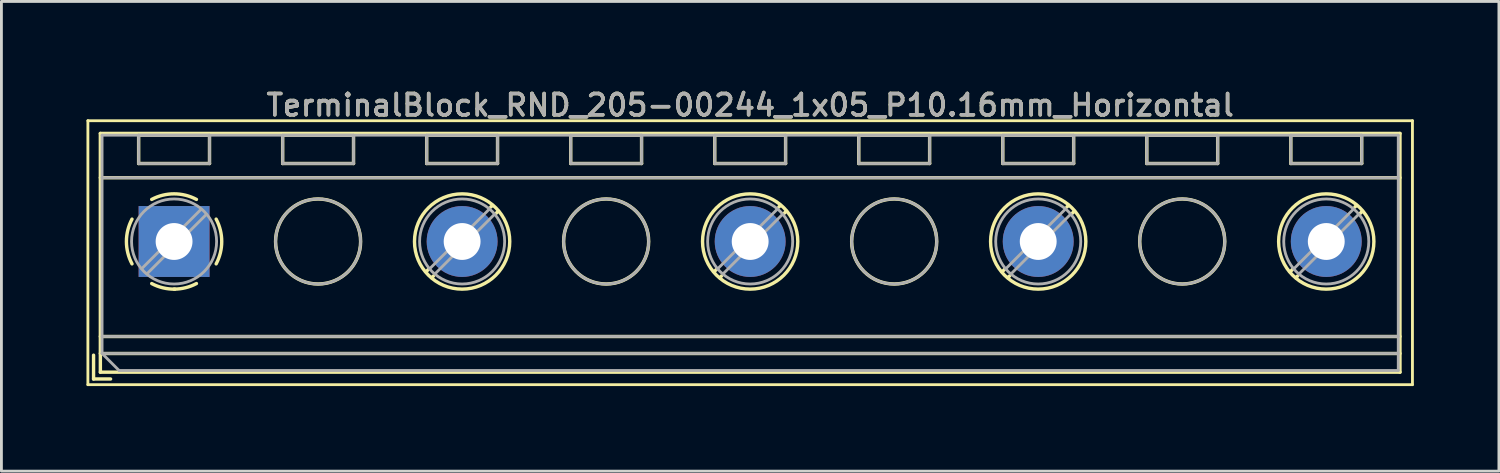
<source format=kicad_pcb>
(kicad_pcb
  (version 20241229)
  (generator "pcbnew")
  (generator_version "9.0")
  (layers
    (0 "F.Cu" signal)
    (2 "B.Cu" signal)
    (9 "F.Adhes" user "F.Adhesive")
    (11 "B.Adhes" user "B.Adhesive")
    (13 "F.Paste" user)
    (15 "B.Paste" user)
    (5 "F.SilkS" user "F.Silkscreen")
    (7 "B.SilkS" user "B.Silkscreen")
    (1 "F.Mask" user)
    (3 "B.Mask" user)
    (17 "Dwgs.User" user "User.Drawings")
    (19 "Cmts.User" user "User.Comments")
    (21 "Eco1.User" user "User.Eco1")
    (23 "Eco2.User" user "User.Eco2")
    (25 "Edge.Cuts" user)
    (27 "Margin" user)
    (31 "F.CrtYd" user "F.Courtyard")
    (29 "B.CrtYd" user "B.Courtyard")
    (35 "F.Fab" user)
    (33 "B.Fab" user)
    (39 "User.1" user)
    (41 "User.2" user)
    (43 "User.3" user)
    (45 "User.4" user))
  (footprint "TerminalBlock_RND_205-00244_1x05_P10.16mm_Horizontal"
    (layer "F.Cu")
    (at 3.09 5.468)
    (property "Reference" "TerminalBlock_RND_205-00244_1x05_P10.16mm_Horizontal" (at 20.32 -4.81 0) (layer "F.SilkS") (effects (font (size 0.75 0.75) (thickness 0.125))))
    (attr through_hole)
    (fp_line (start -3.04 -4.26) (end -3.04 5.05) (stroke (width 0.1) (type solid)) (layer "F.SilkS"))
    (fp_line (start -3.04 5.05) (end 43.68 5.05) (stroke (width 0.1) (type solid)) (layer "F.SilkS"))
    (fp_line (start -2.84 4.01) (end -2.84 4.85) (stroke (width 0.12) (type solid)) (layer "F.SilkS"))
    (fp_line (start -2.84 4.85) (end -2.24 4.85) (stroke (width 0.12) (type solid)) (layer "F.SilkS"))
    (fp_line (start -2.6 -3.811) (end -2.6 4.61) (stroke (width 0.12) (type solid)) (layer "F.SilkS"))
    (fp_line (start -2.6 -3.811) (end 43.24 -3.811) (stroke (width 0.12) (type solid)) (layer "F.SilkS"))
    (fp_line (start -2.6 -2.251) (end 43.24 -2.251) (stroke (width 0.12) (type solid)) (layer "F.SilkS"))
    (fp_line (start -2.6 3.35) (end 43.24 3.35) (stroke (width 0.12) (type solid)) (layer "F.SilkS"))
    (fp_line (start -2.6 3.95) (end 43.24 3.95) (stroke (width 0.12) (type solid)) (layer "F.SilkS"))
    (fp_line (start -2.6 4.61) (end 43.24 4.61) (stroke (width 0.12) (type solid)) (layer "F.SilkS"))
    (fp_line (start -1.25 -3.751) (end -1.25 -2.751) (stroke (width 0.12) (type solid)) (layer "F.SilkS"))
    (fp_line (start -1.25 -3.751) (end 1.25 -3.751) (stroke (width 0.12) (type solid)) (layer "F.SilkS"))
    (fp_line (start -1.25 -2.751) (end 1.25 -2.751) (stroke (width 0.12) (type solid)) (layer "F.SilkS"))
    (fp_line (start 1.25 -3.751) (end 1.25 -2.751) (stroke (width 0.12) (type solid)) (layer "F.SilkS"))
    (fp_line (start 3.83 -3.751) (end 3.83 -2.751) (stroke (width 0.12) (type solid)) (layer "F.SilkS"))
    (fp_line (start 3.83 -3.751) (end 6.33 -3.751) (stroke (width 0.12) (type solid)) (layer "F.SilkS"))
    (fp_line (start 3.83 -2.751) (end 6.33 -2.751) (stroke (width 0.12) (type solid)) (layer "F.SilkS"))
    (fp_line (start 6.33 -3.751) (end 6.33 -2.751) (stroke (width 0.12) (type solid)) (layer "F.SilkS"))
    (fp_line (start 8.91 -3.751) (end 8.91 -2.751) (stroke (width 0.12) (type solid)) (layer "F.SilkS"))
    (fp_line (start 8.91 -3.751) (end 11.41 -3.751) (stroke (width 0.12) (type solid)) (layer "F.SilkS"))
    (fp_line (start 8.91 -2.751) (end 11.41 -2.751) (stroke (width 0.12) (type solid)) (layer "F.SilkS"))
    (fp_line (start 8.98 0.976) (end 8.886 1.069) (stroke (width 0.12) (type solid)) (layer "F.SilkS"))
    (fp_line (start 9.15 1.216) (end 9.091 1.274) (stroke (width 0.12) (type solid)) (layer "F.SilkS"))
    (fp_line (start 11.23 -1.275) (end 11.171 -1.216) (stroke (width 0.12) (type solid)) (layer "F.SilkS"))
    (fp_line (start 11.41 -3.751) (end 11.41 -2.751) (stroke (width 0.12) (type solid)) (layer "F.SilkS"))
    (fp_line (start 11.435 -1.069) (end 11.341 -0.976) (stroke (width 0.12) (type solid)) (layer "F.SilkS"))
    (fp_line (start 13.99 -3.751) (end 13.99 -2.751) (stroke (width 0.12) (type solid)) (layer "F.SilkS"))
    (fp_line (start 13.99 -3.751) (end 16.49 -3.751) (stroke (width 0.12) (type solid)) (layer "F.SilkS"))
    (fp_line (start 13.99 -2.751) (end 16.49 -2.751) (stroke (width 0.12) (type solid)) (layer "F.SilkS"))
    (fp_line (start 16.49 -3.751) (end 16.49 -2.751) (stroke (width 0.12) (type solid)) (layer "F.SilkS"))
    (fp_line (start 19.07 -3.751) (end 19.07 -2.751) (stroke (width 0.12) (type solid)) (layer "F.SilkS"))
    (fp_line (start 19.07 -3.751) (end 21.57 -3.751) (stroke (width 0.12) (type solid)) (layer "F.SilkS"))
    (fp_line (start 19.07 -2.751) (end 21.57 -2.751) (stroke (width 0.12) (type solid)) (layer "F.SilkS"))
    (fp_line (start 19.14 0.976) (end 19.046 1.069) (stroke (width 0.12) (type solid)) (layer "F.SilkS"))
    (fp_line (start 19.31 1.216) (end 19.251 1.274) (stroke (width 0.12) (type solid)) (layer "F.SilkS"))
    (fp_line (start 21.39 -1.275) (end 21.331 -1.216) (stroke (width 0.12) (type solid)) (layer "F.SilkS"))
    (fp_line (start 21.57 -3.751) (end 21.57 -2.751) (stroke (width 0.12) (type solid)) (layer "F.SilkS"))
    (fp_line (start 21.595 -1.069) (end 21.501 -0.976) (stroke (width 0.12) (type solid)) (layer "F.SilkS"))
    (fp_line (start 24.15 -3.751) (end 24.15 -2.751) (stroke (width 0.12) (type solid)) (layer "F.SilkS"))
    (fp_line (start 24.15 -3.751) (end 26.65 -3.751) (stroke (width 0.12) (type solid)) (layer "F.SilkS"))
    (fp_line (start 24.15 -2.751) (end 26.65 -2.751) (stroke (width 0.12) (type solid)) (layer "F.SilkS"))
    (fp_line (start 26.65 -3.751) (end 26.65 -2.751) (stroke (width 0.12) (type solid)) (layer "F.SilkS"))
    (fp_line (start 29.23 -3.751) (end 29.23 -2.751) (stroke (width 0.12) (type solid)) (layer "F.SilkS"))
    (fp_line (start 29.23 -3.751) (end 31.73 -3.751) (stroke (width 0.12) (type solid)) (layer "F.SilkS"))
    (fp_line (start 29.23 -2.751) (end 31.73 -2.751) (stroke (width 0.12) (type solid)) (layer "F.SilkS"))
    (fp_line (start 29.3 0.976) (end 29.206 1.069) (stroke (width 0.12) (type solid)) (layer "F.SilkS"))
    (fp_line (start 29.47 1.216) (end 29.411 1.274) (stroke (width 0.12) (type solid)) (layer "F.SilkS"))
    (fp_line (start 31.55 -1.275) (end 31.491 -1.216) (stroke (width 0.12) (type solid)) (layer "F.SilkS"))
    (fp_line (start 31.73 -3.751) (end 31.73 -2.751) (stroke (width 0.12) (type solid)) (layer "F.SilkS"))
    (fp_line (start 31.755 -1.069) (end 31.661 -0.976) (stroke (width 0.12) (type solid)) (layer "F.SilkS"))
    (fp_line (start 34.31 -3.751) (end 34.31 -2.751) (stroke (width 0.12) (type solid)) (layer "F.SilkS"))
    (fp_line (start 34.31 -3.751) (end 36.81 -3.751) (stroke (width 0.12) (type solid)) (layer "F.SilkS"))
    (fp_line (start 34.31 -2.751) (end 36.81 -2.751) (stroke (width 0.12) (type solid)) (layer "F.SilkS"))
    (fp_line (start 36.81 -3.751) (end 36.81 -2.751) (stroke (width 0.12) (type solid)) (layer "F.SilkS"))
    (fp_line (start 39.39 -3.751) (end 39.39 -2.751) (stroke (width 0.12) (type solid)) (layer "F.SilkS"))
    (fp_line (start 39.39 -3.751) (end 41.89 -3.751) (stroke (width 0.12) (type solid)) (layer "F.SilkS"))
    (fp_line (start 39.39 -2.751) (end 41.89 -2.751) (stroke (width 0.12) (type solid)) (layer "F.SilkS"))
    (fp_line (start 39.46 0.976) (end 39.366 1.069) (stroke (width 0.12) (type solid)) (layer "F.SilkS"))
    (fp_line (start 39.63 1.216) (end 39.571 1.274) (stroke (width 0.12) (type solid)) (layer "F.SilkS"))
    (fp_line (start 41.71 -1.275) (end 41.651 -1.216) (stroke (width 0.12) (type solid)) (layer "F.SilkS"))
    (fp_line (start 41.89 -3.751) (end 41.89 -2.751) (stroke (width 0.12) (type solid)) (layer "F.SilkS"))
    (fp_line (start 41.915 -1.069) (end 41.821 -0.976) (stroke (width 0.12) (type solid)) (layer "F.SilkS"))
    (fp_line (start 43.24 -3.811) (end 43.24 4.61) (stroke (width 0.12) (type solid)) (layer "F.SilkS"))
    (fp_line (start 43.68 -4.26) (end -3.04 -4.26) (stroke (width 0.1) (type solid)) (layer "F.SilkS"))
    (fp_line (start 43.68 5.05) (end 43.68 -4.26) (stroke (width 0.1) (type solid)) (layer "F.SilkS"))
    (fp_arc (start -1.483953 0.789089) (mid -1.680708 0.00005) (end -1.484 -0.789) (stroke (width 0.12) (type solid)) (layer "F.SilkS"))
    (fp_arc (start -0.789089 -1.483953) (mid -0.00005 -1.680708) (end 0.789 -1.484) (stroke (width 0.12) (type solid)) (layer "F.SilkS"))
    (fp_arc (start 0.029383 1.68045) (mid -0.392304 1.634281) (end -0.789 1.484) (stroke (width 0.12) (type solid)) (layer "F.SilkS"))
    (fp_arc (start 0.788712 1.483352) (mid 0.406429 1.630097) (end 0 1.68) (stroke (width 0.12) (type solid)) (layer "F.SilkS"))
    (fp_arc (start 1.483953 -0.789089) (mid 1.680708 -0.00005) (end 1.484 0.789) (stroke (width 0.12) (type solid)) (layer "F.SilkS"))
    (fp_circle (center 5.08 0) (end 6.58 0) (stroke (width 0.12) (type solid)) (fill no) (layer "F.SilkS"))
    (fp_circle (center 10.16 0) (end 11.84 0) (stroke (width 0.12) (type solid)) (fill no) (layer "F.SilkS"))
    (fp_circle (center 15.24 0) (end 16.74 0) (stroke (width 0.12) (type solid)) (fill no) (layer "F.SilkS"))
    (fp_circle (center 20.32 0) (end 22 0) (stroke (width 0.12) (type solid)) (fill no) (layer "F.SilkS"))
    (fp_circle (center 25.4 0) (end 26.9 0) (stroke (width 0.12) (type solid)) (fill no) (layer "F.SilkS"))
    (fp_circle (center 30.48 0) (end 32.16 0) (stroke (width 0.12) (type solid)) (fill no) (layer "F.SilkS"))
    (fp_circle (center 35.56 0) (end 37.06 0) (stroke (width 0.12) (type solid)) (fill no) (layer "F.SilkS"))
    (fp_circle (center 40.64 0) (end 42.32 0) (stroke (width 0.12) (type solid)) (fill no) (layer "F.SilkS"))
    (fp_line (start -2.54 -3.75) (end 43.18 -3.75) (stroke (width 0.1) (type solid)) (layer "F.Fab"))
    (fp_line (start -2.54 -2.25) (end 43.18 -2.25) (stroke (width 0.1) (type solid)) (layer "F.Fab"))
    (fp_line (start -2.54 3.35) (end 43.18 3.35) (stroke (width 0.1) (type solid)) (layer "F.Fab"))
    (fp_line (start -2.54 3.95) (end -2.54 -3.75) (stroke (width 0.1) (type solid)) (layer "F.Fab"))
    (fp_line (start -2.54 3.95) (end 43.18 3.95) (stroke (width 0.1) (type solid)) (layer "F.Fab"))
    (fp_line (start -1.94 4.55) (end -2.54 3.95) (stroke (width 0.1) (type solid)) (layer "F.Fab"))
    (fp_line (start -1.25 -3.75) (end -1.25 -2.75) (stroke (width 0.1) (type solid)) (layer "F.Fab"))
    (fp_line (start -1.25 -2.75) (end 1.25 -2.75) (stroke (width 0.1) (type solid)) (layer "F.Fab"))
    (fp_line (start 0.955 -1.138) (end -1.138 0.955) (stroke (width 0.1) (type solid)) (layer "F.Fab"))
    (fp_line (start 1.138 -0.955) (end -0.955 1.138) (stroke (width 0.1) (type solid)) (layer "F.Fab"))
    (fp_line (start 1.25 -3.75) (end -1.25 -3.75) (stroke (width 0.1) (type solid)) (layer "F.Fab"))
    (fp_line (start 1.25 -2.75) (end 1.25 -3.75) (stroke (width 0.1) (type solid)) (layer "F.Fab"))
    (fp_line (start 3.83 -3.75) (end 3.83 -2.75) (stroke (width 0.1) (type solid)) (layer "F.Fab"))
    (fp_line (start 3.83 -2.75) (end 6.33 -2.75) (stroke (width 0.1) (type solid)) (layer "F.Fab"))
    (fp_line (start 6.33 -3.75) (end 3.83 -3.75) (stroke (width 0.1) (type solid)) (layer "F.Fab"))
    (fp_line (start 6.33 -2.75) (end 6.33 -3.75) (stroke (width 0.1) (type solid)) (layer "F.Fab"))
    (fp_line (start 8.91 -3.75) (end 8.91 -2.75) (stroke (width 0.1) (type solid)) (layer "F.Fab"))
    (fp_line (start 8.91 -2.75) (end 11.41 -2.75) (stroke (width 0.1) (type solid)) (layer "F.Fab"))
    (fp_line (start 11.115 -1.138) (end 9.023 0.955) (stroke (width 0.1) (type solid)) (layer "F.Fab"))
    (fp_line (start 11.298 -0.955) (end 9.206 1.138) (stroke (width 0.1) (type solid)) (layer "F.Fab"))
    (fp_line (start 11.41 -3.75) (end 8.91 -3.75) (stroke (width 0.1) (type solid)) (layer "F.Fab"))
    (fp_line (start 11.41 -2.75) (end 11.41 -3.75) (stroke (width 0.1) (type solid)) (layer "F.Fab"))
    (fp_line (start 13.99 -3.75) (end 13.99 -2.75) (stroke (width 0.1) (type solid)) (layer "F.Fab"))
    (fp_line (start 13.99 -2.75) (end 16.49 -2.75) (stroke (width 0.1) (type solid)) (layer "F.Fab"))
    (fp_line (start 16.49 -3.75) (end 13.99 -3.75) (stroke (width 0.1) (type solid)) (layer "F.Fab"))
    (fp_line (start 16.49 -2.75) (end 16.49 -3.75) (stroke (width 0.1) (type solid)) (layer "F.Fab"))
    (fp_line (start 19.07 -3.75) (end 19.07 -2.75) (stroke (width 0.1) (type solid)) (layer "F.Fab"))
    (fp_line (start 19.07 -2.75) (end 21.57 -2.75) (stroke (width 0.1) (type solid)) (layer "F.Fab"))
    (fp_line (start 21.275 -1.138) (end 19.183 0.955) (stroke (width 0.1) (type solid)) (layer "F.Fab"))
    (fp_line (start 21.458 -0.955) (end 19.366 1.138) (stroke (width 0.1) (type solid)) (layer "F.Fab"))
    (fp_line (start 21.57 -3.75) (end 19.07 -3.75) (stroke (width 0.1) (type solid)) (layer "F.Fab"))
    (fp_line (start 21.57 -2.75) (end 21.57 -3.75) (stroke (width 0.1) (type solid)) (layer "F.Fab"))
    (fp_line (start 24.15 -3.75) (end 24.15 -2.75) (stroke (width 0.1) (type solid)) (layer "F.Fab"))
    (fp_line (start 24.15 -2.75) (end 26.65 -2.75) (stroke (width 0.1) (type solid)) (layer "F.Fab"))
    (fp_line (start 26.65 -3.75) (end 24.15 -3.75) (stroke (width 0.1) (type solid)) (layer "F.Fab"))
    (fp_line (start 26.65 -2.75) (end 26.65 -3.75) (stroke (width 0.1) (type solid)) (layer "F.Fab"))
    (fp_line (start 29.23 -3.75) (end 29.23 -2.75) (stroke (width 0.1) (type solid)) (layer "F.Fab"))
    (fp_line (start 29.23 -2.75) (end 31.73 -2.75) (stroke (width 0.1) (type solid)) (layer "F.Fab"))
    (fp_line (start 31.435 -1.138) (end 29.343 0.955) (stroke (width 0.1) (type solid)) (layer "F.Fab"))
    (fp_line (start 31.618 -0.955) (end 29.526 1.138) (stroke (width 0.1) (type solid)) (layer "F.Fab"))
    (fp_line (start 31.73 -3.75) (end 29.23 -3.75) (stroke (width 0.1) (type solid)) (layer "F.Fab"))
    (fp_line (start 31.73 -2.75) (end 31.73 -3.75) (stroke (width 0.1) (type solid)) (layer "F.Fab"))
    (fp_line (start 34.31 -3.75) (end 34.31 -2.75) (stroke (width 0.1) (type solid)) (layer "F.Fab"))
    (fp_line (start 34.31 -2.75) (end 36.81 -2.75) (stroke (width 0.1) (type solid)) (layer "F.Fab"))
    (fp_line (start 36.81 -3.75) (end 34.31 -3.75) (stroke (width 0.1) (type solid)) (layer "F.Fab"))
    (fp_line (start 36.81 -2.75) (end 36.81 -3.75) (stroke (width 0.1) (type solid)) (layer "F.Fab"))
    (fp_line (start 39.39 -3.75) (end 39.39 -2.75) (stroke (width 0.1) (type solid)) (layer "F.Fab"))
    (fp_line (start 39.39 -2.75) (end 41.89 -2.75) (stroke (width 0.1) (type solid)) (layer "F.Fab"))
    (fp_line (start 41.595 -1.138) (end 39.503 0.955) (stroke (width 0.1) (type solid)) (layer "F.Fab"))
    (fp_line (start 41.778 -0.955) (end 39.686 1.138) (stroke (width 0.1) (type solid)) (layer "F.Fab"))
    (fp_line (start 41.89 -3.75) (end 39.39 -3.75) (stroke (width 0.1) (type solid)) (layer "F.Fab"))
    (fp_line (start 41.89 -2.75) (end 41.89 -3.75) (stroke (width 0.1) (type solid)) (layer "F.Fab"))
    (fp_line (start 43.18 -3.75) (end 43.18 4.55) (stroke (width 0.1) (type solid)) (layer "F.Fab"))
    (fp_line (start 43.18 4.55) (end -1.94 4.55) (stroke (width 0.1) (type solid)) (layer "F.Fab"))
    (fp_circle (center 0 0) (end 1.5 0) (stroke (width 0.1) (type solid)) (fill no) (layer "F.Fab"))
    (fp_circle (center 5.08 0) (end 6.58 0) (stroke (width 0.1) (type solid)) (fill no) (layer "F.Fab"))
    (fp_circle (center 10.16 0) (end 11.66 0) (stroke (width 0.1) (type solid)) (fill no) (layer "F.Fab"))
    (fp_circle (center 15.24 0) (end 16.74 0) (stroke (width 0.1) (type solid)) (fill no) (layer "F.Fab"))
    (fp_circle (center 20.32 0) (end 21.82 0) (stroke (width 0.1) (type solid)) (fill no) (layer "F.Fab"))
    (fp_circle (center 25.4 0) (end 26.9 0) (stroke (width 0.1) (type solid)) (fill no) (layer "F.Fab"))
    (fp_circle (center 30.48 0) (end 31.98 0) (stroke (width 0.1) (type solid)) (fill no) (layer "F.Fab"))
    (fp_circle (center 35.56 0) (end 37.06 0) (stroke (width 0.1) (type solid)) (fill no) (layer "F.Fab"))
    (fp_circle (center 40.64 0) (end 42.14 0) (stroke (width 0.1) (type solid)) (fill no) (layer "F.Fab"))
    (fp_text user "${REFERENCE}" (at 20.32 -4.81 0) (layer "F.Fab") (effects (font (size 0.75 0.75) (thickness 0.125))))
    (pad "1" thru_hole rect (at 0 0) (size 2.5 2.5) (drill 1.3) (layers "*.Cu" "*.Mask"))
    (pad "2" thru_hole circle (at 10.16 0) (size 2.5 2.5) (drill 1.3) (layers "*.Cu" "*.Mask"))
    (pad "3" thru_hole circle (at 20.32 0) (size 2.5 2.5) (drill 1.3) (layers "*.Cu" "*.Mask"))
    (pad "4" thru_hole circle (at 30.48 0) (size 2.5 2.5) (drill 1.3) (layers "*.Cu" "*.Mask"))
    (pad "5" thru_hole circle (at 40.64 0) (size 2.5 2.5) (drill 1.3) (layers "*.Cu" "*.Mask")))
  (gr_rect
    (start -3 -3)
    (end 49.82 13.568)
    (stroke (width 0.1) (type default))
    (fill no)
    (layer "Edge.Cuts")))
</source>
